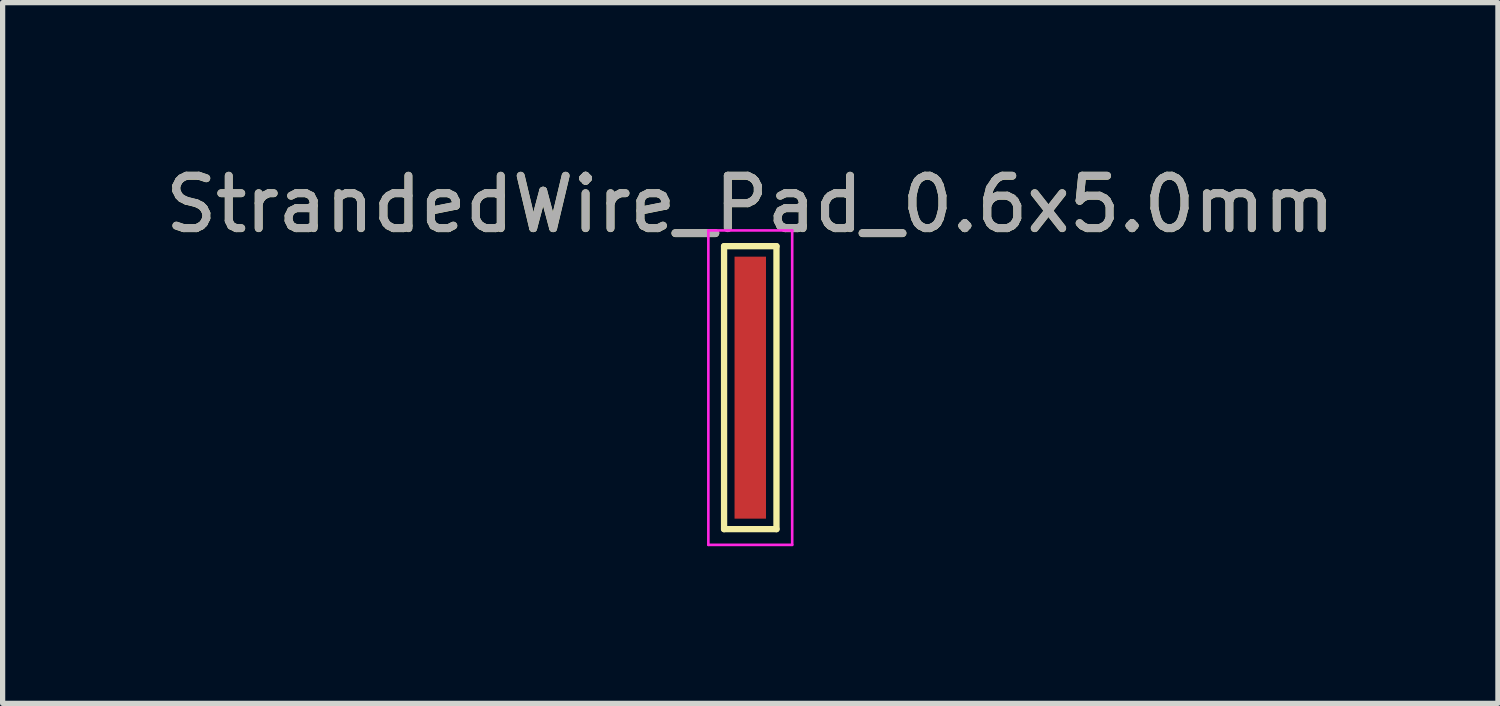
<source format=kicad_pcb>
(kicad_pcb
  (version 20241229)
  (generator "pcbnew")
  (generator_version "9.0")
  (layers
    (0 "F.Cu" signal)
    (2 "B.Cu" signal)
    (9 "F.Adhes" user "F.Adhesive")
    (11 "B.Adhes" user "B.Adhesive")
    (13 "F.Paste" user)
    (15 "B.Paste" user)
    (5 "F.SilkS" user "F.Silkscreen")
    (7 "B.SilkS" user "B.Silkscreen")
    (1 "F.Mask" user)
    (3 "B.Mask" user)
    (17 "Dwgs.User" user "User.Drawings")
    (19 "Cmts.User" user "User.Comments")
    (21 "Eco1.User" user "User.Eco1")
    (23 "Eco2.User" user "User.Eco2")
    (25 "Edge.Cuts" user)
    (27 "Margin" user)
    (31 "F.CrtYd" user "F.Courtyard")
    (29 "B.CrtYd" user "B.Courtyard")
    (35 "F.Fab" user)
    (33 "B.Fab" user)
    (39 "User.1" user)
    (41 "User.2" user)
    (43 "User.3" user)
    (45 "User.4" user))
  (footprint "StrandedWire_Pad_0.6x5.0mm"
    (layer "F.Cu")
    (at 11.268 4.348)
    (property "Reference" "StrandedWire_Pad_0.6x5.0mm" (at 0 -3.498 0) (layer "F.SilkS") (effects (font (size 1 1) (thickness 0.15))))
    (attr exclude_from_pos_files exclude_from_bom)
    (fp_line (start -0.5 -2.7) (end 0.5 -2.7) (stroke (width 0.12) (type solid)) (layer "F.SilkS"))
    (fp_line (start -0.5 2.7) (end -0.5 -2.7) (stroke (width 0.12) (type solid)) (layer "F.SilkS"))
    (fp_line (start 0.5 -2.7) (end 0.5 2.7) (stroke (width 0.12) (type solid)) (layer "F.SilkS"))
    (fp_line (start 0.5 2.7) (end -0.5 2.7) (stroke (width 0.12) (type solid)) (layer "F.SilkS"))
    (fp_line (start -0.8 -3) (end -0.8 3) (stroke (width 0.05) (type solid)) (layer "F.CrtYd"))
    (fp_line (start -0.8 -3) (end 0.8 -3) (stroke (width 0.05) (type solid)) (layer "F.CrtYd"))
    (fp_line (start 0.8 3) (end -0.8 3) (stroke (width 0.05) (type solid)) (layer "F.CrtYd"))
    (fp_line (start 0.8 3) (end 0.8 -3) (stroke (width 0.05) (type solid)) (layer "F.CrtYd"))
    (fp_text user "${REFERENCE}" (at 0 -3.5 0) (layer "F.Fab") (effects (font (size 1 1) (thickness 0.15))))
    (pad "1" smd rect (at 0 0) (size 0.6 5) (layers "F.Cu" "F.Mask")))
  (gr_rect
    (start -3 -3)
    (end 25.536 10.373)
    (stroke (width 0.1) (type default))
    (fill no)
    (layer "Edge.Cuts")))
</source>
